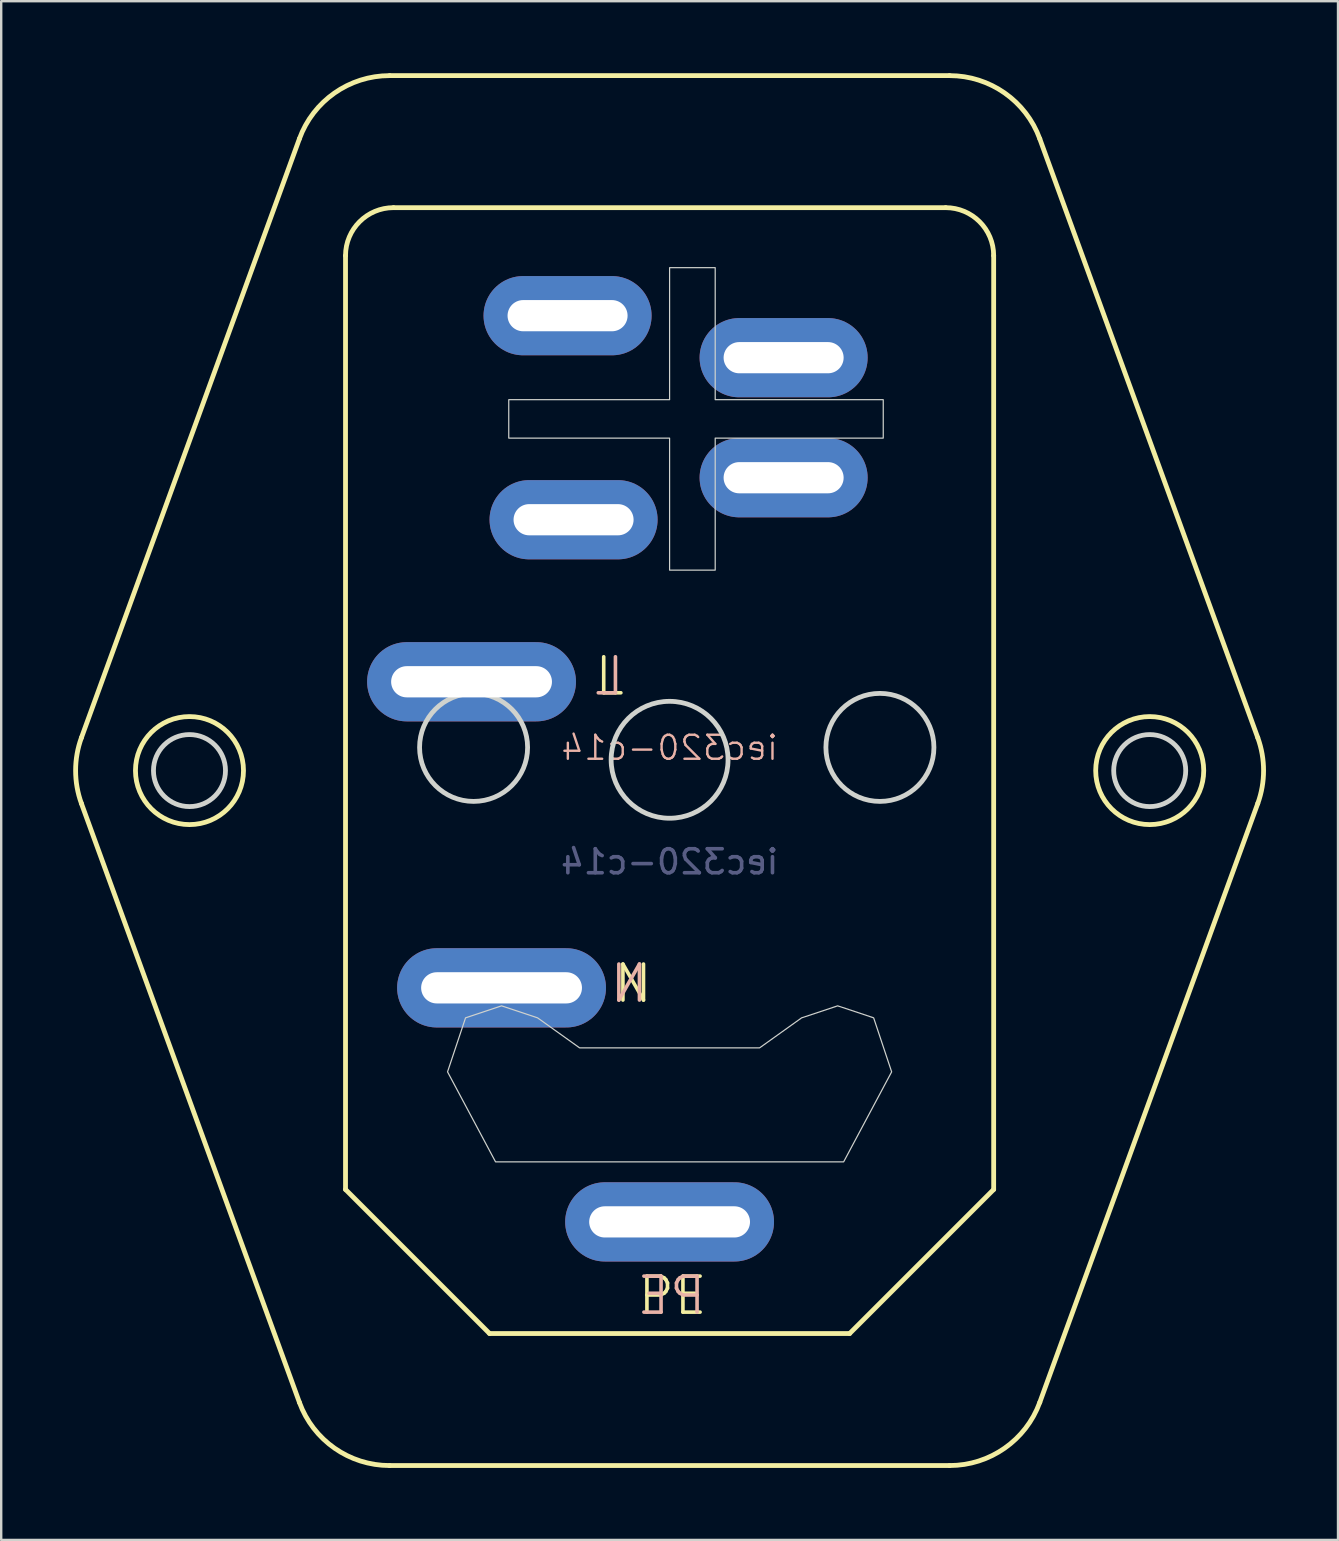
<source format=kicad_pcb>
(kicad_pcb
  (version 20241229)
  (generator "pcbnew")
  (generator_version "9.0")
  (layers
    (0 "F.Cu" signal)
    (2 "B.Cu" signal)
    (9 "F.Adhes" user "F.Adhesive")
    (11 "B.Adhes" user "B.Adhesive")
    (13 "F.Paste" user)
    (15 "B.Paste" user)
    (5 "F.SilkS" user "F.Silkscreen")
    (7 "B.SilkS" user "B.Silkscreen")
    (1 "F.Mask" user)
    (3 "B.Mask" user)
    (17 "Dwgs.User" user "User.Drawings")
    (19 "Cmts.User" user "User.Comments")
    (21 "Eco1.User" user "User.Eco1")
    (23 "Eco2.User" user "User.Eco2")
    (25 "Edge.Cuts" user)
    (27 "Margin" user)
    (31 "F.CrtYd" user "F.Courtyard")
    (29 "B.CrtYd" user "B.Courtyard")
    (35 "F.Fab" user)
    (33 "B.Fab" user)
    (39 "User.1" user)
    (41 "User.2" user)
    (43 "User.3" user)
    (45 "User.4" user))
  (footprint "iec320-c14"
    (layer "F.Cu")
    (at 24.843 28.6)
    (property "Reference" "iec320-c14" (at 0 -0.5 0) (unlocked yes) (layer "B.SilkS") (effects (font (size 1 1) (thickness 0.1)) (justify mirror)))
    (attr through_hole)
    (fp_line (start -24.502 1.818) (end -15.421 26.768) (stroke (width 0.2) (type default)) (layer "F.SilkS"))
    (fp_line (start -15.421 -25.868) (end -24.502 -0.918) (stroke (width 0.2) (type default)) (layer "F.SilkS"))
    (fp_line (start -13.5 -21) (end -13.5 17.9) (stroke (width 0.2) (type default)) (layer "F.SilkS"))
    (fp_line (start -13.5 17.9) (end -7.5 23.9) (stroke (width 0.2) (type default)) (layer "F.SilkS"))
    (fp_line (start -11.662 29.4) (end 11.662 29.4) (stroke (width 0.2) (type default)) (layer "F.SilkS"))
    (fp_line (start -7.5 23.9) (end 7.5 23.9) (stroke (width 0.2) (type default)) (layer "F.SilkS"))
    (fp_line (start 7.5 23.9) (end 13.5 17.9) (stroke (width 0.2) (type default)) (layer "F.SilkS"))
    (fp_line (start 11.5 -23) (end -11.5 -23) (stroke (width 0.2) (type default)) (layer "F.SilkS"))
    (fp_line (start 11.662 -28.5) (end -11.662 -28.5) (stroke (width 0.2) (type default)) (layer "F.SilkS"))
    (fp_line (start 13.5 17.9) (end 13.5 -21) (stroke (width 0.2) (type default)) (layer "F.SilkS"))
    (fp_line (start 15.421 26.768) (end 24.502 1.818) (stroke (width 0.2) (type default)) (layer "F.SilkS"))
    (fp_line (start 24.502 -0.918) (end 15.421 -25.868) (stroke (width 0.2) (type default)) (layer "F.SilkS"))
    (fp_arc (start -24.50206 1.818079) (mid -24.743289 0.45) (end -24.50206 -0.918078) (stroke (width 0.2) (type default)) (layer "F.SilkS"))
    (fp_arc (start -15.421003 -25.868077) (mid -13.956537 -27.776607) (end -11.662228 -28.5) (stroke (width 0.2) (type default)) (layer "F.SilkS"))
    (fp_arc (start -13.5 -21.000001) (mid -12.914214 -22.414214) (end -11.500001 -23) (stroke (width 0.2) (type default)) (layer "F.SilkS"))
    (fp_arc (start -11.66223 29.4) (mid -13.956537 28.676608) (end -15.421003 26.768079) (stroke (width 0.2) (type solid)) (layer "F.SilkS"))
    (fp_arc (start 11.500001 -23) (mid 12.914214 -22.414214) (end 13.5 -21.000001) (stroke (width 0.2) (type default)) (layer "F.SilkS"))
    (fp_arc (start 11.662234 -28.5) (mid 13.956538 -27.776608) (end 15.421001 -25.868082) (stroke (width 0.2) (type default)) (layer "F.SilkS"))
    (fp_arc (start 15.421003 26.768079) (mid 13.956538 28.676608) (end 11.662231 29.4) (stroke (width 0.2) (type default)) (layer "F.SilkS"))
    (fp_arc (start 24.50206 -0.918078) (mid 24.743289 0.45) (end 24.50206 1.818078) (stroke (width 0.2) (type default)) (layer "F.SilkS"))
    (fp_circle (center -20 0.45) (end -17.75 0.45) (stroke (width 0.2) (type default)) (fill no) (layer "F.SilkS"))
    (fp_circle (center 20 0.45) (end 22.25 0.45) (stroke (width 0.2) (type default)) (fill no) (layer "F.SilkS"))
    (fp_circle (center -20 0.45) (end -18.5 0.45) (stroke (width 0.2) (type default)) (fill no) (layer "Edge.Cuts"))
    (fp_circle (center -8.165 -0.516) (end -10.415 -0.516) (stroke (width 0.2) (type default)) (fill no) (layer "Edge.Cuts"))
    (fp_circle (center 0 0) (end -2.435 0) (stroke (width 0.2) (type default)) (fill no) (layer "Edge.Cuts"))
    (fp_circle (center 8.761 -0.516) (end 6.511 -0.516) (stroke (width 0.2) (type default)) (fill no) (layer "Edge.Cuts"))
    (fp_circle (center 20 0.45) (end 21.5 0.45) (stroke (width 0.2) (type default)) (fill no) (layer "Edge.Cuts"))
    (fp_poly (pts (xy 0 -20.5) (xy 0 -15) (xy -6.7 -15) (xy -6.7 -13.4) (xy 0 -13.4) (xy 0 -7.9) (xy 1.9 -7.9) (xy 1.9 -13.4) (xy 8.9 -13.4) (xy 8.9 -15) (xy 1.9 -15) (xy 1.9 -20.5)) (stroke (width 0.05) (type solid)) (fill no) (layer "Edge.Cuts"))
    (fp_poly (pts (xy 7.25 16.75) (xy 9.25 13) (xy 8.5 10.75) (xy 7 10.25) (xy 5.5 10.75) (xy 3.75 12) (xy -3.75 12) (xy -5.5 10.75) (xy -7 10.25) (xy -8.5 10.75) (xy -9.25 13) (xy -7.25 16.75)) (stroke (width 0.05) (type solid)) (fill no) (layer "Edge.Cuts"))
    (fp_text user "PE" (at -1.4 23.2 0) (unlocked yes) (layer "F.SilkS") (effects (font (size 1.5 1.5) (thickness 0.15)) (justify left bottom)))
    (fp_text user "L" (at -3.2 -2.6 0) (unlocked yes) (layer "F.SilkS") (effects (font (size 1.5 1.5) (thickness 0.15)) (justify left bottom)))
    (fp_text user "N" (at -2.4 10.2 0) (unlocked yes) (layer "F.SilkS") (effects (font (size 1.5 1.5) (thickness 0.15)) (justify left bottom)))
    (fp_text user "PE" (at 1.6 23.2 0) (unlocked yes) (layer "B.SilkS") (effects (font (size 1.5 1.5) (thickness 0.15)) (justify left bottom mirror)))
    (fp_text user "L" (at -1.8 -2.6 0) (unlocked yes) (layer "B.SilkS") (effects (font (size 1.5 1.5) (thickness 0.15)) (justify left bottom mirror)))
    (fp_text user "N" (at -0.8 10.2 0) (unlocked yes) (layer "B.SilkS") (effects (font (size 1.5 1.5) (thickness 0.15)) (justify left bottom mirror)))
    (fp_text user "${REFERENCE}" (at 0 4.25 0) (unlocked yes) (layer "B.Fab") (effects (font (size 1 1) (thickness 0.15)) (justify mirror)))
    (pad "1" thru_hole oval (at -7 9.5) (size 8.7 3.3) (drill oval 6.7 1.3) (layers "*.Cu" "*.Mask"))
    (pad "2" thru_hole oval (at -8.25 -3.25) (size 8.7 3.3) (drill oval 6.7 1.3) (layers "*.Cu" "*.Mask"))
    (pad "3" thru_hole oval (at 0 19.25) (size 8.7 3.3) (drill oval 6.7 1.3) (layers "*.Cu" "*.Mask"))
    (pad "4" thru_hole oval (at -4 -10) (size 7 3.3) (drill oval 5 1.3) (layers "*.Cu" "*.Mask"))
    (pad "5" thru_hole oval (at -4.25 -18.5) (size 7 3.3) (drill oval 5 1.3) (layers "*.Cu" "*.Mask"))
    (pad "6" thru_hole oval (at 4.75 -16.75) (size 7 3.3) (drill oval 5 1.3) (layers "*.Cu" "*.Mask"))
    (pad "7" thru_hole oval (at 4.75 -11.75) (size 7 3.3) (drill oval 5 1.3) (layers "*.Cu" "*.Mask")))
  (gr_rect
    (start -3 -3)
    (end 52.687 61.1)
    (stroke (width 0.1) (type default))
    (fill no)
    (layer "Edge.Cuts")))
</source>
